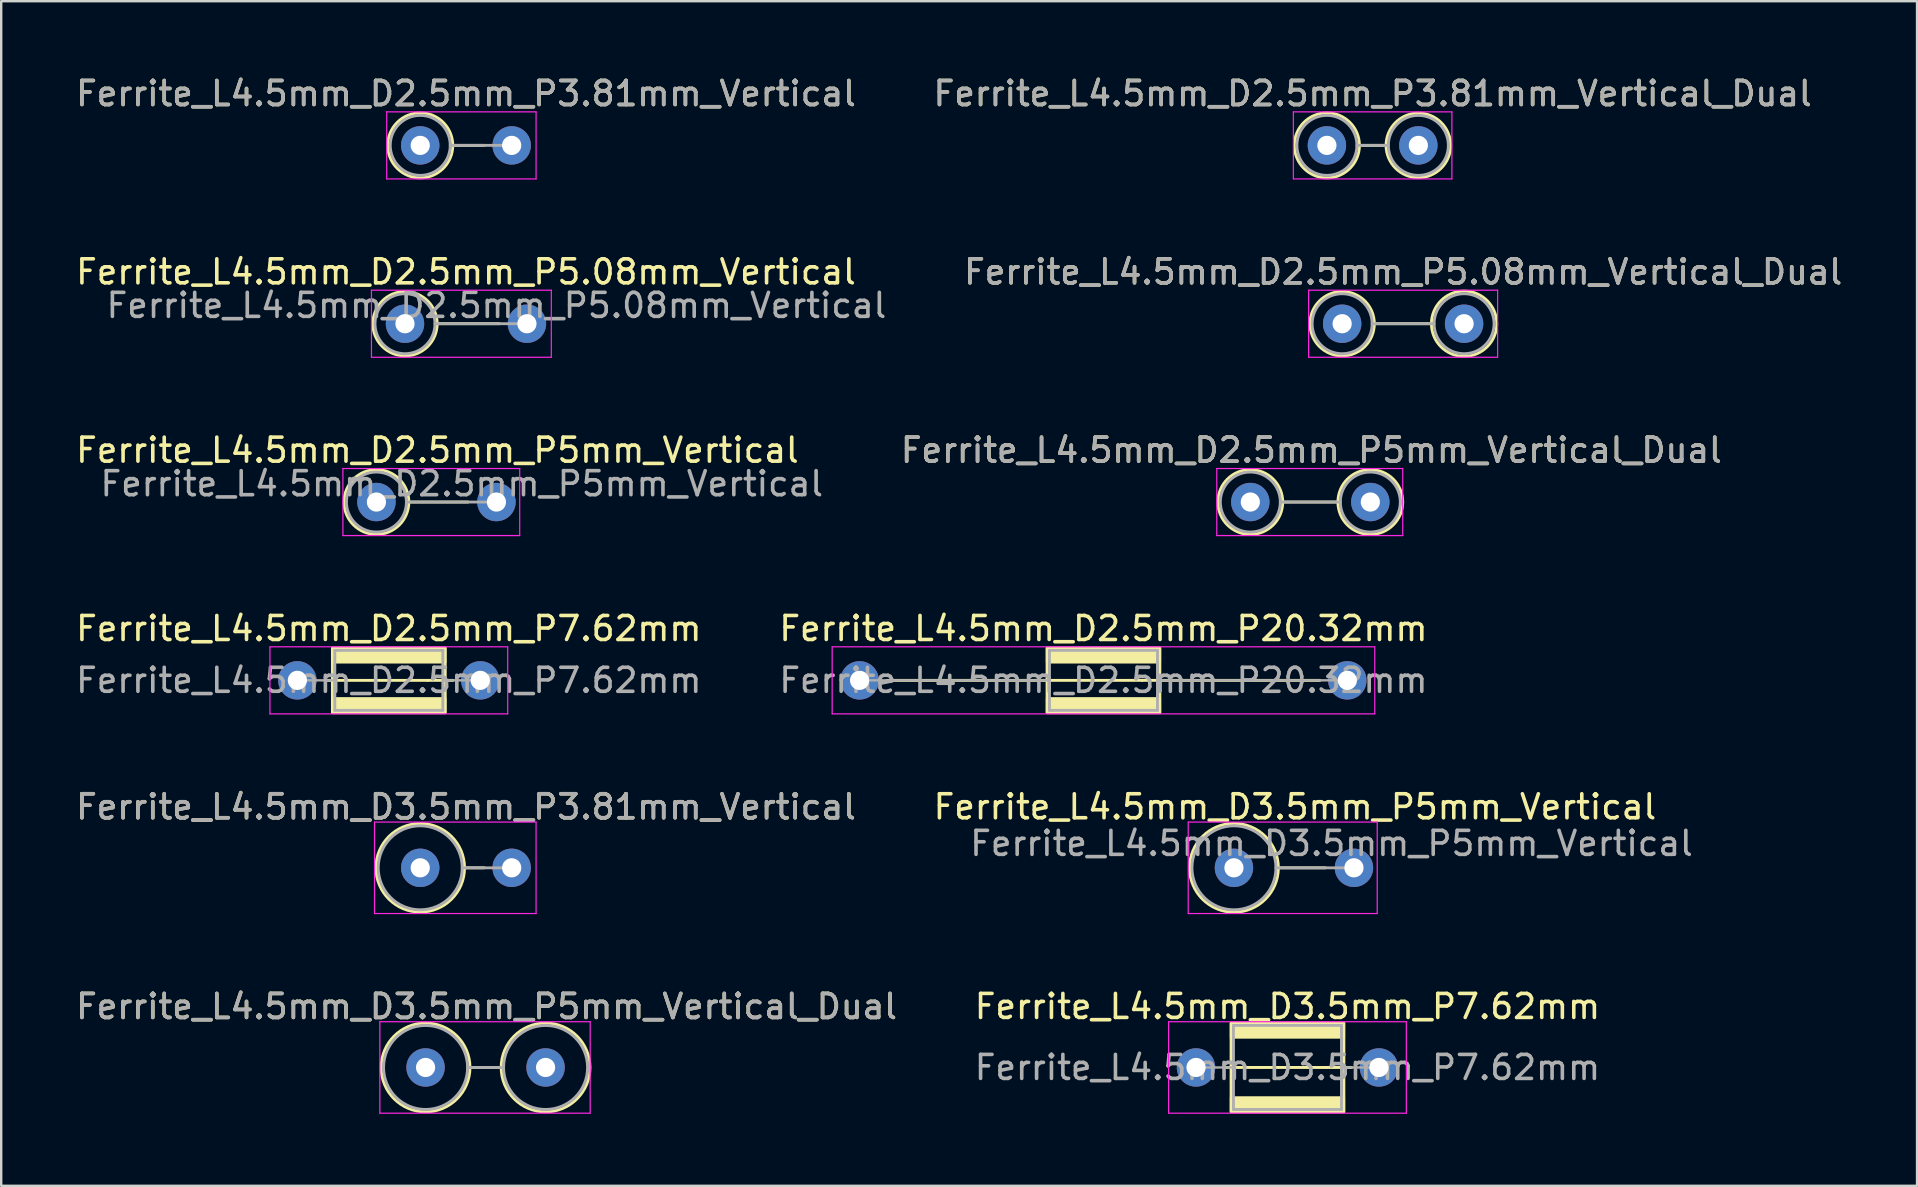
<source format=kicad_pcb>
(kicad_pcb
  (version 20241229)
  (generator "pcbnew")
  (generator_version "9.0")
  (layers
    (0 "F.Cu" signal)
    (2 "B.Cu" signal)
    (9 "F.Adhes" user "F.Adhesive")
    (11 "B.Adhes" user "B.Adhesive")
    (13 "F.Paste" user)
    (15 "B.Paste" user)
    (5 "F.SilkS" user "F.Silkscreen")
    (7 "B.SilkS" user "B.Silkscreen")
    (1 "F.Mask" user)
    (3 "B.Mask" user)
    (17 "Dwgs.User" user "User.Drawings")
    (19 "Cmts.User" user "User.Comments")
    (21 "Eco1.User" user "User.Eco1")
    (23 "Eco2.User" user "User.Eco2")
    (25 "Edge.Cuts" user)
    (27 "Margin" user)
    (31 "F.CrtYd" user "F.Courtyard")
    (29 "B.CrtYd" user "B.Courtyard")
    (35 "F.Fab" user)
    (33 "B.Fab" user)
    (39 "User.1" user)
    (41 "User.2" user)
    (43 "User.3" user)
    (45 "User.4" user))
  (footprint "Ferrite_L4.5mm_D3.5mm_P7.62mm"
    (layer "F.Cu")
    (at 46.779 41.423)
    (property "Reference" "Ferrite_L4.5mm_D3.5mm_P7.62mm" (at 3.81 -2.54 0) (layer "F.SilkS") (effects (font (size 1 1) (thickness 0.15))))
    (fp_line (start 5.424 0.000002) (end 1.143 0) (stroke (width 0.12) (type solid)) (layer "F.SilkS"))
    (fp_line (start 5.424 0.000002) (end 6.477 0) (stroke (width 0.12) (type solid)) (layer "F.SilkS"))
    (fp_rect (start 1.46 -1.85) (end 6.16 1.85) (stroke (width 0.12) (type solid)) (fill no) (layer "F.SilkS"))
    (fp_poly (pts (xy 6.16 -1.25) (xy 1.46 -1.25) (xy 1.46 -1.85) (xy 6.16 -1.85)) (stroke (width 0.1) (type solid)) (fill yes) (layer "F.SilkS"))
    (fp_poly (pts (xy 6.16 1.85) (xy 1.46 1.85) (xy 1.46 1.25) (xy 6.16 1.25)) (stroke (width 0.1) (type solid)) (fill yes) (layer "F.SilkS"))
    (fp_line (start -1.143 -1.905) (end 8.763 -1.905) (stroke (width 0.05) (type solid)) (layer "F.CrtYd"))
    (fp_line (start -1.143 1.905) (end -1.143 -1.905) (stroke (width 0.05) (type solid)) (layer "F.CrtYd"))
    (fp_line (start 8.763 -1.905) (end 8.763 1.905) (stroke (width 0.05) (type solid)) (layer "F.CrtYd"))
    (fp_line (start 8.763 1.905) (end -1.143 1.905) (stroke (width 0.05) (type solid)) (layer "F.CrtYd"))
    (fp_line (start 0 0) (end 1.56 0) (stroke (width 0.1) (type solid)) (layer "F.Fab"))
    (fp_line (start 1.56 -1.75) (end 1.56 0) (stroke (width 0.12) (type solid)) (layer "F.Fab"))
    (fp_line (start 1.56 0) (end 1.56 1.75) (stroke (width 0.12) (type solid)) (layer "F.Fab"))
    (fp_line (start 1.56 1.75) (end 6.06 1.75) (stroke (width 0.12) (type solid)) (layer "F.Fab"))
    (fp_line (start 6.06 -1.75) (end 1.56 -1.75) (stroke (width 0.12) (type solid)) (layer "F.Fab"))
    (fp_line (start 6.06 1.75) (end 6.06 -1.75) (stroke (width 0.12) (type solid)) (layer "F.Fab"))
    (fp_line (start 7.62 0) (end 6.06 0) (stroke (width 0.1) (type solid)) (layer "F.Fab"))
    (fp_text user "${REFERENCE}" (at 3.81 0 0) (layer "F.Fab") (effects (font (size 1 1) (thickness 0.15))))
    (pad "1" thru_hole circle (at 0 0) (size 1.6 1.6) (drill 0.8) (layers "*.Cu" "*.Mask"))
    (pad "2" thru_hole circle (at 7.62 0) (size 1.6 1.6) (drill 0.8) (layers "*.Cu" "*.Mask")))
  (footprint "Ferrite_L4.5mm_D2.5mm_P5mm_Vertical"
    (layer "F.Cu")
    (at 12.633 17.866)
    (property "Reference" "Ferrite_L4.5mm_D2.5mm_P5mm_Vertical" (at 2.54 -2.159 0) (layer "F.SilkS") (effects (font (size 1 1) (thickness 0.15))))
    (fp_line (start 1.35 0) (end 3.81 0) (stroke (width 0.12) (type solid)) (layer "F.SilkS"))
    (fp_circle (center 0 0) (end 1.35 0) (stroke (width 0.12) (type solid)) (fill no) (layer "F.SilkS"))
    (fp_line (start -1.397 -1.397) (end 5.969 -1.397) (stroke (width 0.05) (type solid)) (layer "F.CrtYd"))
    (fp_line (start -1.397 1.397) (end -1.397 -1.397) (stroke (width 0.05) (type solid)) (layer "F.CrtYd"))
    (fp_line (start 5.969 -1.397) (end 5.969 1.397) (stroke (width 0.05) (type solid)) (layer "F.CrtYd"))
    (fp_line (start 5.969 1.397) (end -1.397 1.397) (stroke (width 0.05) (type solid)) (layer "F.CrtYd"))
    (fp_line (start 1.25 0) (end 5 0) (stroke (width 0.12) (type solid)) (layer "F.Fab"))
    (fp_circle (center 0 0) (end 1.25 0) (stroke (width 0.12) (type solid)) (fill no) (layer "F.Fab"))
    (fp_text user "${REFERENCE}" (at 3.556 -0.762 0) (layer "F.Fab") (effects (font (size 1 1) (thickness 0.15))))
    (pad "1" thru_hole circle (at 0 0) (size 1.6 1.6) (drill 0.8) (layers "*.Cu" "*.Mask"))
    (pad "2" thru_hole circle (at 5 0) (size 1.6 1.6) (drill 0.8) (layers "*.Cu" "*.Mask")))
  (footprint "Ferrite_L4.5mm_D3.5mm_P3.81mm_Vertical"
    (layer "F.Cu")
    (at 14.458 33.105)
    (property "Reference" "Ferrite_L4.5mm_D3.5mm_P3.81mm_Vertical" (at 1.905 -2.54 0) (layer "F.SilkS") (effects (font (size 1 1) (thickness 0.15))))
    (fp_line (start 1.845 0) (end 2.667 0) (stroke (width 0.12) (type solid)) (layer "F.SilkS"))
    (fp_circle (center 0 0) (end -1.845 0) (stroke (width 0.12) (type solid)) (fill no) (layer "F.SilkS"))
    (fp_line (start -1.905 -1.905) (end 4.826 -1.905) (stroke (width 0.05) (type solid)) (layer "F.CrtYd"))
    (fp_line (start -1.905 1.905) (end -1.905 -1.905) (stroke (width 0.05) (type solid)) (layer "F.CrtYd"))
    (fp_line (start 4.826 -1.905) (end 4.826 1.905) (stroke (width 0.05) (type solid)) (layer "F.CrtYd"))
    (fp_line (start 4.826 1.905) (end -1.905 1.905) (stroke (width 0.05) (type solid)) (layer "F.CrtYd"))
    (fp_line (start 1.75 0) (end 3.81 0) (stroke (width 0.12) (type solid)) (layer "F.Fab"))
    (fp_circle (center 0 0) (end -1.75 0) (stroke (width 0.12) (type solid)) (fill no) (layer "F.Fab"))
    (fp_text user "${REFERENCE}" (at 1.905 -2.539 0) (layer "F.Fab") (effects (font (size 1 1) (thickness 0.15))))
    (pad "1" thru_hole circle (at 0 0) (size 1.6 1.6) (drill 0.8) (layers "*.Cu" "*.Mask"))
    (pad "2" thru_hole circle (at 3.81 0) (size 1.6 1.6) (drill 0.8) (layers "*.Cu" "*.Mask")))
  (footprint "Ferrite_L4.5mm_D2.5mm_P5.08mm_Vertical_Dual"
    (layer "F.Cu")
    (at 52.867 10.437)
    (property "Reference" "Ferrite_L4.5mm_D2.5mm_P5.08mm_Vertical_Dual" (at 2.54 -2.159 0) (layer "F.SilkS") (effects (font (size 1 1) (thickness 0.15))))
    (fp_line (start 1.34 0) (end 3.72 0) (stroke (width 0.12) (type solid)) (layer "F.SilkS"))
    (fp_circle (center 0 0) (end 1.34 0) (stroke (width 0.12) (type solid)) (fill no) (layer "F.SilkS"))
    (fp_circle (center 5.08 0) (end 6.44 0) (stroke (width 0.12) (type solid)) (fill no) (layer "F.SilkS"))
    (fp_line (start -1.397 -1.397) (end 6.477 -1.397) (stroke (width 0.05) (type solid)) (layer "F.CrtYd"))
    (fp_line (start -1.397 1.397) (end -1.397 -1.397) (stroke (width 0.05) (type solid)) (layer "F.CrtYd"))
    (fp_line (start 6.477 -1.397) (end 6.477 1.397) (stroke (width 0.05) (type solid)) (layer "F.CrtYd"))
    (fp_line (start 6.477 1.397) (end -1.397 1.397) (stroke (width 0.05) (type solid)) (layer "F.CrtYd"))
    (fp_line (start 1.25 0) (end 3.83 0) (stroke (width 0.12) (type solid)) (layer "F.Fab"))
    (fp_circle (center 0 0) (end 1.25 0) (stroke (width 0.12) (type solid)) (fill no) (layer "F.Fab"))
    (fp_circle (center 5.08 0) (end 6.33 0) (stroke (width 0.12) (type solid)) (fill no) (layer "F.Fab"))
    (fp_text user "${REFERENCE}" (at 2.54 -2.158 0) (layer "F.Fab") (effects (font (size 1 1) (thickness 0.15))))
    (pad "1" thru_hole circle (at 0 0) (size 1.6 1.6) (drill 0.8) (layers "*.Cu" "*.Mask"))
    (pad "2" thru_hole circle (at 5.08 0) (size 1.6 1.6) (drill 0.8) (layers "*.Cu" "*.Mask")))
  (footprint "Ferrite_L4.5mm_D2.5mm_P7.62mm"
    (layer "F.Cu")
    (at 9.339 25.295)
    (property "Reference" "Ferrite_L4.5mm_D2.5mm_P7.62mm" (at 3.81 -2.159 0) (layer "F.SilkS") (effects (font (size 1 1) (thickness 0.15))))
    (fp_line (start 5.424 0.000002) (end 1.143 0) (stroke (width 0.12) (type solid)) (layer "F.SilkS"))
    (fp_line (start 5.424 0.000002) (end 6.477 0) (stroke (width 0.12) (type solid)) (layer "F.SilkS"))
    (fp_rect (start 1.46 -1.35) (end 6.16 1.35) (stroke (width 0.12) (type solid)) (fill no) (layer "F.SilkS"))
    (fp_poly (pts (xy 6.16 -0.75) (xy 1.46 -0.75) (xy 1.46 -1.35) (xy 6.16 -1.35)) (stroke (width 0.1) (type solid)) (fill yes) (layer "F.SilkS"))
    (fp_poly (pts (xy 6.16 1.35) (xy 1.46 1.35) (xy 1.46 0.75) (xy 6.16 0.75)) (stroke (width 0.1) (type solid)) (fill yes) (layer "F.SilkS"))
    (fp_line (start -1.143 -1.397) (end 8.763 -1.397) (stroke (width 0.05) (type solid)) (layer "F.CrtYd"))
    (fp_line (start -1.143 1.397) (end -1.143 -1.397) (stroke (width 0.05) (type solid)) (layer "F.CrtYd"))
    (fp_line (start 8.763 -1.397) (end 8.763 1.397) (stroke (width 0.05) (type solid)) (layer "F.CrtYd"))
    (fp_line (start 8.763 1.397) (end -1.143 1.397) (stroke (width 0.05) (type solid)) (layer "F.CrtYd"))
    (fp_line (start 0 0) (end 1.56 0) (stroke (width 0.1) (type solid)) (layer "F.Fab"))
    (fp_line (start 1.56 -1.25) (end 1.56 0) (stroke (width 0.12) (type solid)) (layer "F.Fab"))
    (fp_line (start 1.56 0) (end 1.56 1.25) (stroke (width 0.12) (type solid)) (layer "F.Fab"))
    (fp_line (start 1.56 1.25) (end 6.06 1.25) (stroke (width 0.12) (type solid)) (layer "F.Fab"))
    (fp_line (start 6.06 -1.25) (end 1.56 -1.25) (stroke (width 0.12) (type solid)) (layer "F.Fab"))
    (fp_line (start 6.06 1.25) (end 6.06 -1.25) (stroke (width 0.12) (type solid)) (layer "F.Fab"))
    (fp_line (start 7.62 0) (end 6.06 0) (stroke (width 0.1) (type solid)) (layer "F.Fab"))
    (fp_text user "${REFERENCE}" (at 3.81 0 0) (layer "F.Fab") (effects (font (size 1 1) (thickness 0.15))))
    (pad "1" thru_hole circle (at 0 0) (size 1.6 1.6) (drill 0.8) (layers "*.Cu" "*.Mask"))
    (pad "2" thru_hole circle (at 7.62 0) (size 1.6 1.6) (drill 0.8) (layers "*.Cu" "*.Mask")))
  (footprint "Ferrite_L4.5mm_D3.5mm_P5mm_Vertical"
    (layer "F.Cu")
    (at 48.359 33.105)
    (property "Reference" "Ferrite_L4.5mm_D3.5mm_P5mm_Vertical" (at 2.54 -2.54 0) (layer "F.SilkS") (effects (font (size 1 1) (thickness 0.15))))
    (fp_line (start 1.85 0) (end 3.81 0) (stroke (width 0.12) (type solid)) (layer "F.SilkS"))
    (fp_circle (center 0 0) (end -1.85 0) (stroke (width 0.12) (type solid)) (fill no) (layer "F.SilkS"))
    (fp_line (start -1.905 -1.905) (end 5.969 -1.905) (stroke (width 0.05) (type solid)) (layer "F.CrtYd"))
    (fp_line (start -1.905 1.905) (end -1.905 -1.905) (stroke (width 0.05) (type solid)) (layer "F.CrtYd"))
    (fp_line (start 5.969 -1.905) (end 5.969 1.905) (stroke (width 0.05) (type solid)) (layer "F.CrtYd"))
    (fp_line (start 5.969 1.905) (end -1.905 1.905) (stroke (width 0.05) (type solid)) (layer "F.CrtYd"))
    (fp_line (start 1.75 0) (end 5 0) (stroke (width 0.12) (type solid)) (layer "F.Fab"))
    (fp_circle (center 0 0) (end -1.75 0) (stroke (width 0.12) (type solid)) (fill no) (layer "F.Fab"))
    (fp_text user "${REFERENCE}" (at 4.064 -1.016 0) (layer "F.Fab") (effects (font (size 1 1) (thickness 0.15))))
    (pad "1" thru_hole circle (at 0 0) (size 1.6 1.6) (drill 0.8) (layers "*.Cu" "*.Mask"))
    (pad "2" thru_hole circle (at 5 0) (size 1.6 1.6) (drill 0.8) (layers "*.Cu" "*.Mask")))
  (footprint "Ferrite_L4.5mm_D2.5mm_P5.08mm_Vertical"
    (layer "F.Cu")
    (at 13.823 10.437)
    (property "Reference" "Ferrite_L4.5mm_D2.5mm_P5.08mm_Vertical" (at 2.54 -2.159 0) (layer "F.SilkS") (effects (font (size 1 1) (thickness 0.15))))
    (fp_line (start 1.34 0) (end 3.937 0) (stroke (width 0.12) (type solid)) (layer "F.SilkS"))
    (fp_circle (center 0 0) (end 1.34 0) (stroke (width 0.12) (type solid)) (fill no) (layer "F.SilkS"))
    (fp_line (start -1.397 -1.397) (end 6.096 -1.397) (stroke (width 0.05) (type solid)) (layer "F.CrtYd"))
    (fp_line (start -1.397 1.397) (end -1.397 -1.397) (stroke (width 0.05) (type solid)) (layer "F.CrtYd"))
    (fp_line (start 6.096 -1.397) (end 6.096 1.397) (stroke (width 0.05) (type solid)) (layer "F.CrtYd"))
    (fp_line (start 6.096 1.397) (end -1.397 1.397) (stroke (width 0.05) (type solid)) (layer "F.CrtYd"))
    (fp_line (start 1.25 0) (end 5.08 0) (stroke (width 0.12) (type solid)) (layer "F.Fab"))
    (fp_circle (center 0 0) (end 1.25 0) (stroke (width 0.12) (type solid)) (fill no) (layer "F.Fab"))
    (fp_text user "${REFERENCE}" (at 3.81 -0.762 0) (layer "F.Fab") (effects (font (size 1 1) (thickness 0.15))))
    (pad "1" thru_hole circle (at 0 0) (size 1.6 1.6) (drill 0.8) (layers "*.Cu" "*.Mask"))
    (pad "2" thru_hole circle (at 5.08 0) (size 1.6 1.6) (drill 0.8) (layers "*.Cu" "*.Mask")))
  (footprint "Ferrite_L4.5mm_D2.5mm_P3.81mm_Vertical"
    (layer "F.Cu")
    (at 14.458 3.007)
    (property "Reference" "Ferrite_L4.5mm_D2.5mm_P3.81mm_Vertical" (at 1.905 -2.159 0) (layer "F.SilkS") (effects (font (size 1 1) (thickness 0.15))))
    (fp_line (start 1.355 0) (end 2.667 0) (stroke (width 0.12) (type solid)) (layer "F.SilkS"))
    (fp_circle (center 0 0) (end 1.355 0) (stroke (width 0.12) (type solid)) (fill no) (layer "F.SilkS"))
    (fp_line (start -1.397 -1.397) (end 4.826 -1.397) (stroke (width 0.05) (type solid)) (layer "F.CrtYd"))
    (fp_line (start -1.397 1.397) (end -1.397 -1.397) (stroke (width 0.05) (type solid)) (layer "F.CrtYd"))
    (fp_line (start 4.826 -1.397) (end 4.826 1.397) (stroke (width 0.05) (type solid)) (layer "F.CrtYd"))
    (fp_line (start 4.826 1.397) (end -1.397 1.397) (stroke (width 0.05) (type solid)) (layer "F.CrtYd"))
    (fp_line (start 1.25 0) (end 3.81 0) (stroke (width 0.12) (type solid)) (layer "F.Fab"))
    (fp_circle (center 0 0) (end 1.25 0) (stroke (width 0.12) (type solid)) (fill no) (layer "F.Fab"))
    (fp_text user "${REFERENCE}" (at 1.905 -2.158 0) (layer "F.Fab") (effects (font (size 1 1) (thickness 0.15))))
    (pad "1" thru_hole circle (at 0 0) (size 1.6 1.6) (drill 0.8) (layers "*.Cu" "*.Mask"))
    (pad "2" thru_hole circle (at 3.81 0) (size 1.6 1.6) (drill 0.8) (layers "*.Cu" "*.Mask")))
  (footprint "Ferrite_L4.5mm_D2.5mm_P5mm_Vertical_Dual"
    (layer "F.Cu")
    (at 49.041 17.866)
    (property "Reference" "Ferrite_L4.5mm_D2.5mm_P5mm_Vertical_Dual" (at 2.54 -2.159 0) (layer "F.SilkS") (effects (font (size 1 1) (thickness 0.15))))
    (fp_line (start 1.35 0) (end 3.65 0) (stroke (width 0.12) (type solid)) (layer "F.SilkS"))
    (fp_circle (center 0 0) (end 1.35 0) (stroke (width 0.12) (type solid)) (fill no) (layer "F.SilkS"))
    (fp_circle (center 5 0) (end 6.35 0) (stroke (width 0.12) (type solid)) (fill no) (layer "F.SilkS"))
    (fp_line (start -1.397 -1.397) (end 6.35 -1.397) (stroke (width 0.05) (type solid)) (layer "F.CrtYd"))
    (fp_line (start -1.397 1.397) (end -1.397 -1.397) (stroke (width 0.05) (type solid)) (layer "F.CrtYd"))
    (fp_line (start 6.35 -1.397) (end 6.35 1.397) (stroke (width 0.05) (type solid)) (layer "F.CrtYd"))
    (fp_line (start 6.35 1.397) (end -1.397 1.397) (stroke (width 0.05) (type solid)) (layer "F.CrtYd"))
    (fp_line (start 1.25 0) (end 3.75 0) (stroke (width 0.12) (type solid)) (layer "F.Fab"))
    (fp_circle (center 0 0) (end 1.25 0) (stroke (width 0.12) (type solid)) (fill no) (layer "F.Fab"))
    (fp_circle (center 5 0) (end 6.25 0) (stroke (width 0.12) (type solid)) (fill no) (layer "F.Fab"))
    (fp_text user "${REFERENCE}" (at 2.54 -2.158 0) (layer "F.Fab") (effects (font (size 1 1) (thickness 0.15))))
    (pad "1" thru_hole circle (at 0 0) (size 1.6 1.6) (drill 0.8) (layers "*.Cu" "*.Mask"))
    (pad "2" thru_hole circle (at 5 0) (size 1.6 1.6) (drill 0.8) (layers "*.Cu" "*.Mask")))
  (footprint "Ferrite_L4.5mm_D2.5mm_P20.32mm"
    (layer "F.Cu")
    (at 32.763 25.295)
    (property "Reference" "Ferrite_L4.5mm_D2.5mm_P20.32mm" (at 10.16 -2.159 0) (layer "F.SilkS") (effects (font (size 1 1) (thickness 0.15))))
    (fp_line (start 11.774 0.000002) (end 1.143 0) (stroke (width 0.12) (type solid)) (layer "F.SilkS"))
    (fp_line (start 11.774 0.000002) (end 19.177 0) (stroke (width 0.12) (type solid)) (layer "F.SilkS"))
    (fp_rect (start 7.81 -1.35) (end 12.51 1.35) (stroke (width 0.12) (type solid)) (fill no) (layer "F.SilkS"))
    (fp_poly (pts (xy 12.51 -0.75) (xy 7.81 -0.75) (xy 7.81 -1.35) (xy 12.51 -1.35)) (stroke (width 0.1) (type solid)) (fill yes) (layer "F.SilkS"))
    (fp_poly (pts (xy 12.51 1.35) (xy 7.81 1.35) (xy 7.81 0.75) (xy 12.51 0.75)) (stroke (width 0.1) (type solid)) (fill yes) (layer "F.SilkS"))
    (fp_line (start -1.143 -1.397) (end 21.463 -1.397) (stroke (width 0.05) (type solid)) (layer "F.CrtYd"))
    (fp_line (start -1.143 1.397) (end -1.143 -1.397) (stroke (width 0.05) (type solid)) (layer "F.CrtYd"))
    (fp_line (start 21.463 -1.397) (end 21.463 1.397) (stroke (width 0.05) (type solid)) (layer "F.CrtYd"))
    (fp_line (start 21.463 1.397) (end -1.143 1.397) (stroke (width 0.05) (type solid)) (layer "F.CrtYd"))
    (fp_line (start 0 0) (end 7.91 0) (stroke (width 0.1) (type solid)) (layer "F.Fab"))
    (fp_line (start 7.91 -1.25) (end 7.91 0) (stroke (width 0.12) (type solid)) (layer "F.Fab"))
    (fp_line (start 7.91 0) (end 7.91 1.25) (stroke (width 0.12) (type solid)) (layer "F.Fab"))
    (fp_line (start 7.91 1.25) (end 12.41 1.25) (stroke (width 0.12) (type solid)) (layer "F.Fab"))
    (fp_line (start 12.41 -1.25) (end 7.91 -1.25) (stroke (width 0.12) (type solid)) (layer "F.Fab"))
    (fp_line (start 12.41 1.25) (end 12.41 -1.25) (stroke (width 0.12) (type solid)) (layer "F.Fab"))
    (fp_line (start 20.32 0) (end 12.41 0) (stroke (width 0.1) (type solid)) (layer "F.Fab"))
    (fp_text user "${REFERENCE}" (at 10.16 0 0) (layer "F.Fab") (effects (font (size 1 1) (thickness 0.15))))
    (pad "1" thru_hole circle (at 0 0) (size 1.6 1.6) (drill 0.8) (layers "*.Cu" "*.Mask"))
    (pad "2" thru_hole circle (at 20.32 0) (size 1.6 1.6) (drill 0.8) (layers "*.Cu" "*.Mask")))
  (footprint "Ferrite_L4.5mm_D3.5mm_P5mm_Vertical_Dual"
    (layer "F.Cu")
    (at 14.68 41.423)
    (property "Reference" "Ferrite_L4.5mm_D3.5mm_P5mm_Vertical_Dual" (at 2.54 -2.54 0) (layer "F.SilkS") (effects (font (size 1 1) (thickness 0.15))))
    (fp_line (start 1.85 0) (end 3.15 0) (stroke (width 0.12) (type solid)) (layer "F.SilkS"))
    (fp_circle (center 0 0) (end -1.85 0) (stroke (width 0.12) (type solid)) (fill no) (layer "F.SilkS"))
    (fp_circle (center 5 0) (end 3.15 0) (stroke (width 0.12) (type solid)) (fill no) (layer "F.SilkS"))
    (fp_line (start -1.905 -1.905) (end 6.858 -1.905) (stroke (width 0.05) (type solid)) (layer "F.CrtYd"))
    (fp_line (start -1.905 1.905) (end -1.905 -1.905) (stroke (width 0.05) (type solid)) (layer "F.CrtYd"))
    (fp_line (start 6.858 -1.905) (end 6.858 1.905) (stroke (width 0.05) (type solid)) (layer "F.CrtYd"))
    (fp_line (start 6.858 1.905) (end -1.905 1.905) (stroke (width 0.05) (type solid)) (layer "F.CrtYd"))
    (fp_line (start 1.75 0) (end 3.25 0) (stroke (width 0.12) (type solid)) (layer "F.Fab"))
    (fp_circle (center 0 0) (end -1.75 0) (stroke (width 0.12) (type solid)) (fill no) (layer "F.Fab"))
    (fp_circle (center 5 0) (end 3.25 0) (stroke (width 0.12) (type solid)) (fill no) (layer "F.Fab"))
    (fp_text user "${REFERENCE}" (at 2.54 -2.539 0) (layer "F.Fab") (effects (font (size 1 1) (thickness 0.15))))
    (pad "1" thru_hole circle (at 0 0) (size 1.6 1.6) (drill 0.8) (layers "*.Cu" "*.Mask"))
    (pad "2" thru_hole circle (at 5 0) (size 1.6 1.6) (drill 0.8) (layers "*.Cu" "*.Mask")))
  (footprint "Ferrite_L4.5mm_D2.5mm_P3.81mm_Vertical_Dual"
    (layer "F.Cu")
    (at 52.232 3.007)
    (property "Reference" "Ferrite_L4.5mm_D2.5mm_P3.81mm_Vertical_Dual" (at 1.905 -2.159 0) (layer "F.SilkS") (effects (font (size 1 1) (thickness 0.15))))
    (fp_line (start 1.355 0) (end 2.465 0) (stroke (width 0.12) (type solid)) (layer "F.SilkS"))
    (fp_circle (center 0 0) (end 1.355 0) (stroke (width 0.12) (type solid)) (fill no) (layer "F.SilkS"))
    (fp_circle (center 3.81 0) (end 5.155 0) (stroke (width 0.12) (type solid)) (fill no) (layer "F.SilkS"))
    (fp_line (start -1.397 -1.397) (end 5.207 -1.397) (stroke (width 0.05) (type solid)) (layer "F.CrtYd"))
    (fp_line (start -1.397 1.397) (end -1.397 -1.397) (stroke (width 0.05) (type solid)) (layer "F.CrtYd"))
    (fp_line (start 5.207 -1.397) (end 5.207 1.397) (stroke (width 0.05) (type solid)) (layer "F.CrtYd"))
    (fp_line (start 5.207 1.397) (end -1.397 1.397) (stroke (width 0.05) (type solid)) (layer "F.CrtYd"))
    (fp_line (start 1.25 0) (end 2.56 0) (stroke (width 0.12) (type solid)) (layer "F.Fab"))
    (fp_circle (center 0 0) (end 1.25 0) (stroke (width 0.12) (type solid)) (fill no) (layer "F.Fab"))
    (fp_circle (center 3.81 0) (end 5.06 0) (stroke (width 0.12) (type solid)) (fill no) (layer "F.Fab"))
    (fp_text user "${REFERENCE}" (at 1.905 -2.158 0) (layer "F.Fab") (effects (font (size 1 1) (thickness 0.15))))
    (pad "1" thru_hole circle (at 0 0) (size 1.6 1.6) (drill 0.8) (layers "*.Cu" "*.Mask"))
    (pad "2" thru_hole circle (at 3.81 0) (size 1.6 1.6) (drill 0.8) (layers "*.Cu" "*.Mask")))
  (gr_rect
    (start -3 -3)
    (end 76.818 46.353)
    (stroke (width 0.1) (type default))
    (fill no)
    (layer "Edge.Cuts")))
</source>
